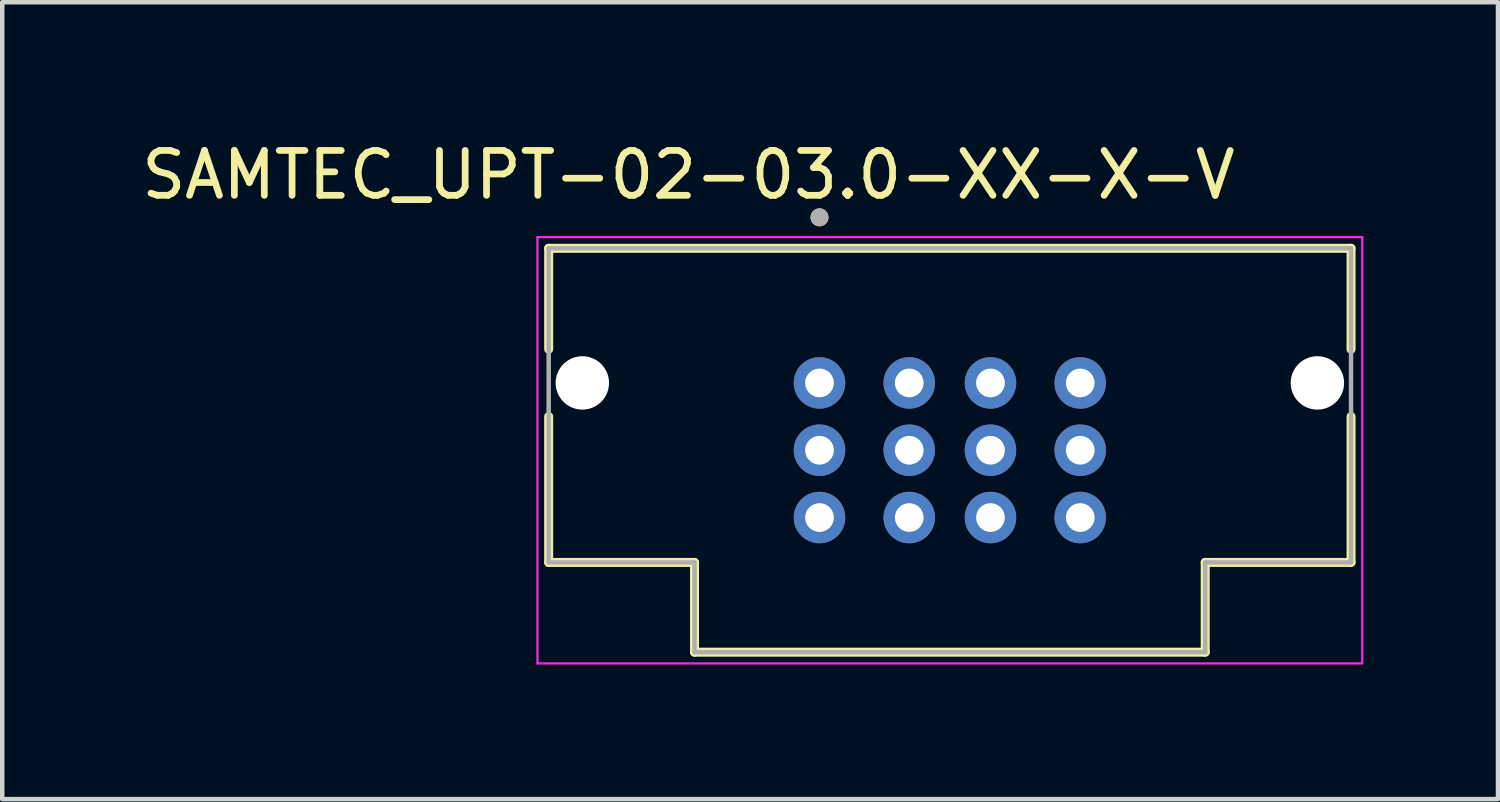
<source format=kicad_pcb>
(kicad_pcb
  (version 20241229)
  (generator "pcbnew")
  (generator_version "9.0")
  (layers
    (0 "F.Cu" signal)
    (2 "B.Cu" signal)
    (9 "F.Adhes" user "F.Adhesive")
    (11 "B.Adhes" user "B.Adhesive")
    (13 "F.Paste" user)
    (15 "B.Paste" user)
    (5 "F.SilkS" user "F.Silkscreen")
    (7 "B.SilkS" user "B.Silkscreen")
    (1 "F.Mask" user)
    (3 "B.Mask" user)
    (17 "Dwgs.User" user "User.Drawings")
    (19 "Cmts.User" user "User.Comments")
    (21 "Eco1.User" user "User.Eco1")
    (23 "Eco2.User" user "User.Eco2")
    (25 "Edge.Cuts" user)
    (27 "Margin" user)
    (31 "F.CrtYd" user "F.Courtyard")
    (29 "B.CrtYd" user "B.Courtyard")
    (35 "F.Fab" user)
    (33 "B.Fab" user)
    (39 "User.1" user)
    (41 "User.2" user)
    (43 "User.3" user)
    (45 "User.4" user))
  (footprint "SAMTEC_UPT-02-03.0-XX-X-V"
    (layer "F.Cu")
    (at 18.117 6.983)
    (property "Reference" "SAMTEC_UPT-02-03.0-XX-X-V" (at -5.825 -6.135 0) (layer "F.SilkS") (effects (font (size 1 1) (thickness 0.15))))
    (attr through_hole)
    (fp_line (start -8.94 -4.5) (end -8.94 -2.25) (stroke (width 0.2) (type solid)) (layer "F.SilkS"))
    (fp_line (start -8.94 -0.75) (end -8.94 2.5) (stroke (width 0.2) (type solid)) (layer "F.SilkS"))
    (fp_line (start -8.94 2.5) (end -5.69 2.5) (stroke (width 0.2) (type solid)) (layer "F.SilkS"))
    (fp_line (start -5.69 2.5) (end -5.69 4.5) (stroke (width 0.2) (type solid)) (layer "F.SilkS"))
    (fp_line (start -5.69 4.5) (end 5.69 4.5) (stroke (width 0.2) (type solid)) (layer "F.SilkS"))
    (fp_line (start 5.69 2.5) (end 8.94 2.5) (stroke (width 0.2) (type solid)) (layer "F.SilkS"))
    (fp_line (start 5.69 4.5) (end 5.69 2.5) (stroke (width 0.2) (type solid)) (layer "F.SilkS"))
    (fp_line (start 8.94 -4.5) (end -8.94 -4.5) (stroke (width 0.2) (type solid)) (layer "F.SilkS"))
    (fp_line (start 8.94 -2.25) (end 8.94 -4.5) (stroke (width 0.2) (type solid)) (layer "F.SilkS"))
    (fp_line (start 8.94 2.5) (end 8.94 -0.75) (stroke (width 0.2) (type solid)) (layer "F.SilkS"))
    (fp_circle (center -2.905 -5.19) (end -2.805 -5.19) (stroke (width 0.2) (type solid)) (fill no) (layer "F.SilkS"))
    (fp_line (start -9.19 -4.75) (end 9.19 -4.75) (stroke (width 0.05) (type solid)) (layer "F.CrtYd"))
    (fp_line (start -9.19 4.75) (end -9.19 -4.75) (stroke (width 0.05) (type solid)) (layer "F.CrtYd"))
    (fp_line (start 9.19 -4.75) (end 9.19 4.75) (stroke (width 0.05) (type solid)) (layer "F.CrtYd"))
    (fp_line (start 9.19 4.75) (end -9.19 4.75) (stroke (width 0.05) (type solid)) (layer "F.CrtYd"))
    (fp_line (start -8.94 -4.5) (end 8.94 -4.5) (stroke (width 0.1) (type solid)) (layer "F.Fab"))
    (fp_line (start -8.94 2.5) (end -8.94 -4.5) (stroke (width 0.1) (type solid)) (layer "F.Fab"))
    (fp_line (start -5.69 2.5) (end -8.94 2.5) (stroke (width 0.1) (type solid)) (layer "F.Fab"))
    (fp_line (start -5.69 4.5) (end -5.69 2.5) (stroke (width 0.1) (type solid)) (layer "F.Fab"))
    (fp_line (start 5.69 2.5) (end 5.69 4.5) (stroke (width 0.1) (type solid)) (layer "F.Fab"))
    (fp_line (start 5.69 4.5) (end -5.69 4.5) (stroke (width 0.1) (type solid)) (layer "F.Fab"))
    (fp_line (start 8.94 -4.5) (end 8.94 2.5) (stroke (width 0.1) (type solid)) (layer "F.Fab"))
    (fp_line (start 8.94 2.5) (end 5.69 2.5) (stroke (width 0.1) (type solid)) (layer "F.Fab"))
    (fp_circle (center -2.905 -5.19) (end -2.805 -5.19) (stroke (width 0.2) (type solid)) (fill no) (layer "F.Fab"))
    (pad "" np_thru_hole circle (at -8.19 -1.5) (size 1.19 1.19) (drill 1.19) (layers "*.Cu" "*.Mask"))
    (pad "" np_thru_hole circle (at 8.19 -1.5) (size 1.19 1.19) (drill 1.19) (layers "*.Cu" "*.Mask"))
    (pad "P01_1" thru_hole circle (at -2.905 -1.5) (size 1.148 1.148) (drill 0.64) (layers "*.Cu" "*.Mask"))
    (pad "P01_2" thru_hole circle (at -2.905 0) (size 1.148 1.148) (drill 0.64) (layers "*.Cu" "*.Mask"))
    (pad "P01_3" thru_hole circle (at -2.905 1.5) (size 1.148 1.148) (drill 0.64) (layers "*.Cu" "*.Mask"))
    (pad "P01_4" thru_hole circle (at -0.905 -1.5) (size 1.148 1.148) (drill 0.64) (layers "*.Cu" "*.Mask"))
    (pad "P01_5" thru_hole circle (at -0.905 0) (size 1.148 1.148) (drill 0.64) (layers "*.Cu" "*.Mask"))
    (pad "P01_6" thru_hole circle (at -0.905 1.5) (size 1.148 1.148) (drill 0.64) (layers "*.Cu" "*.Mask"))
    (pad "P02_1" thru_hole circle (at 0.905 -1.5) (size 1.148 1.148) (drill 0.64) (layers "*.Cu" "*.Mask"))
    (pad "P02_2" thru_hole circle (at 0.905 0) (size 1.148 1.148) (drill 0.64) (layers "*.Cu" "*.Mask"))
    (pad "P02_3" thru_hole circle (at 0.905 1.5) (size 1.148 1.148) (drill 0.64) (layers "*.Cu" "*.Mask"))
    (pad "P02_4" thru_hole circle (at 2.905 -1.5) (size 1.148 1.148) (drill 0.64) (layers "*.Cu" "*.Mask"))
    (pad "P02_5" thru_hole circle (at 2.905 0) (size 1.148 1.148) (drill 0.64) (layers "*.Cu" "*.Mask"))
    (pad "P02_6" thru_hole circle (at 2.905 1.5) (size 1.148 1.148) (drill 0.64) (layers "*.Cu" "*.Mask")))
  (gr_rect
    (start -3 -3)
    (end 30.332 14.758)
    (stroke (width 0.1) (type default))
    (fill no)
    (layer "Edge.Cuts")))
</source>
